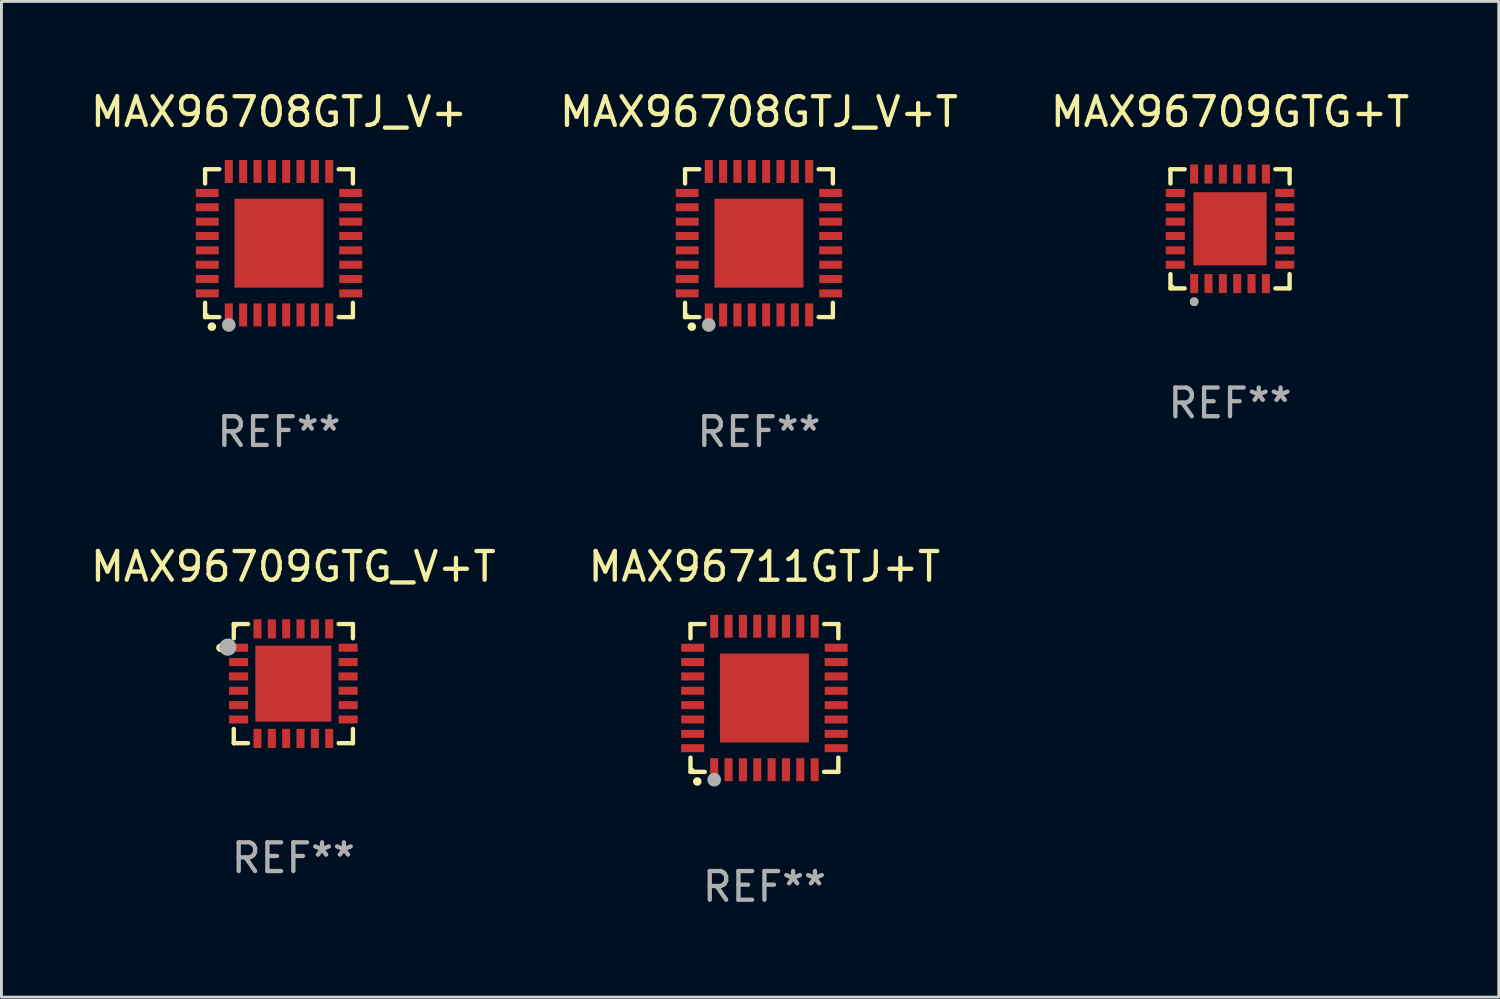
<source format=kicad_pcb>
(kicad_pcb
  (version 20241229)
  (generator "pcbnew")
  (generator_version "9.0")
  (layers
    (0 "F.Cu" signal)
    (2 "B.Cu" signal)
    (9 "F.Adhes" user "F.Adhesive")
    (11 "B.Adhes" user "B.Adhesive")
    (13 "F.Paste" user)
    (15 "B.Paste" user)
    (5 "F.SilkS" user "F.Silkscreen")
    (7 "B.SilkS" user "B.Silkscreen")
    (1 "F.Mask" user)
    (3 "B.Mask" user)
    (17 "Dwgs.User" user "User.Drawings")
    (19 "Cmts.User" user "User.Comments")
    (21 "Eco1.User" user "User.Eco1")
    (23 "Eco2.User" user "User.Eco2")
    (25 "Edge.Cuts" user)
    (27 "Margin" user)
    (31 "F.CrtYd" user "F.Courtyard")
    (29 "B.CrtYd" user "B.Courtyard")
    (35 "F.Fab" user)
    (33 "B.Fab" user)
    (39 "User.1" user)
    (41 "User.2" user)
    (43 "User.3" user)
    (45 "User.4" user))
  (footprint "MAX96708GTJ_V+"
    (layer "F.Cu")
    (at 6.673 5.424)
    (property "Reference" "MAX96708GTJ_V+" (at 0 -4.576 0) (layer "F.SilkS") (effects (font (size 1 1) (thickness 0.15))))
    (attr through_hole)
    (fp_line (start -2.576 -2.576) (end -2.08 -2.576) (stroke (width 0.152) (type solid)) (layer "F.SilkS"))
    (fp_line (start -2.576 -2.08) (end -2.576 -2.576) (stroke (width 0.152) (type solid)) (layer "F.SilkS"))
    (fp_line (start -2.576 2.08) (end -2.576 2.576) (stroke (width 0.152) (type solid)) (layer "F.SilkS"))
    (fp_line (start -2.576 2.576) (end -2.08 2.576) (stroke (width 0.152) (type solid)) (layer "F.SilkS"))
    (fp_line (start 2.576 -2.576) (end 2.08 -2.576) (stroke (width 0.152) (type solid)) (layer "F.SilkS"))
    (fp_line (start 2.576 -2.08) (end 2.576 -2.576) (stroke (width 0.152) (type solid)) (layer "F.SilkS"))
    (fp_line (start 2.576 2.08) (end 2.576 2.576) (stroke (width 0.152) (type solid)) (layer "F.SilkS"))
    (fp_line (start 2.576 2.576) (end 2.08 2.576) (stroke (width 0.152) (type solid)) (layer "F.SilkS"))
    (fp_circle (center -2.5 2.5) (end -2.47 2.5) (stroke (width 0.06) (type solid)) (fill no) (layer "F.SilkS"))
    (fp_circle (center -2.34 2.91) (end -2.265 2.91) (stroke (width 0.15) (type solid)) (fill no) (layer "F.SilkS"))
    (fp_circle (center -1.75 2.85) (end -1.63 2.85) (stroke (width 0.24) (type solid)) (fill no) (layer "F.Fab"))
    (fp_text user "REF**" (at 0 6.576 0) (layer "F.Fab") (effects (font (size 1 1) (thickness 0.15))))
    (pad "1" smd rect (at -1.75 2.5) (size 0.28 0.8) (layers "F.Cu" "F.Mask" "F.Paste"))
    (pad "2" smd rect (at -1.25 2.5) (size 0.28 0.8) (layers "F.Cu" "F.Mask" "F.Paste"))
    (pad "3" smd rect (at -0.75 2.5) (size 0.28 0.8) (layers "F.Cu" "F.Mask" "F.Paste"))
    (pad "4" smd rect (at -0.25 2.5) (size 0.28 0.8) (layers "F.Cu" "F.Mask" "F.Paste"))
    (pad "5" smd rect (at 0.25 2.5) (size 0.28 0.8) (layers "F.Cu" "F.Mask" "F.Paste"))
    (pad "6" smd rect (at 0.75 2.5) (size 0.28 0.8) (layers "F.Cu" "F.Mask" "F.Paste"))
    (pad "7" smd rect (at 1.25 2.5) (size 0.28 0.8) (layers "F.Cu" "F.Mask" "F.Paste"))
    (pad "8" smd rect (at 1.75 2.5) (size 0.28 0.8) (layers "F.Cu" "F.Mask" "F.Paste"))
    (pad "9" smd rect (at 2.5 1.75) (size 0.8 0.28) (layers "F.Cu" "F.Mask" "F.Paste"))
    (pad "10" smd rect (at 2.5 1.25) (size 0.8 0.28) (layers "F.Cu" "F.Mask" "F.Paste"))
    (pad "11" smd rect (at 2.5 0.75) (size 0.8 0.28) (layers "F.Cu" "F.Mask" "F.Paste"))
    (pad "12" smd rect (at 2.5 0.25) (size 0.8 0.28) (layers "F.Cu" "F.Mask" "F.Paste"))
    (pad "13" smd rect (at 2.5 -0.25) (size 0.8 0.28) (layers "F.Cu" "F.Mask" "F.Paste"))
    (pad "14" smd rect (at 2.5 -0.75) (size 0.8 0.28) (layers "F.Cu" "F.Mask" "F.Paste"))
    (pad "15" smd rect (at 2.5 -1.25) (size 0.8 0.28) (layers "F.Cu" "F.Mask" "F.Paste"))
    (pad "16" smd rect (at 2.5 -1.75) (size 0.8 0.28) (layers "F.Cu" "F.Mask" "F.Paste"))
    (pad "17" smd rect (at 1.75 -2.5) (size 0.28 0.8) (layers "F.Cu" "F.Mask" "F.Paste"))
    (pad "18" smd rect (at 1.25 -2.5) (size 0.28 0.8) (layers "F.Cu" "F.Mask" "F.Paste"))
    (pad "19" smd rect (at 0.75 -2.5) (size 0.28 0.8) (layers "F.Cu" "F.Mask" "F.Paste"))
    (pad "20" smd rect (at 0.25 -2.5) (size 0.28 0.8) (layers "F.Cu" "F.Mask" "F.Paste"))
    (pad "21" smd rect (at -0.25 -2.5) (size 0.28 0.8) (layers "F.Cu" "F.Mask" "F.Paste"))
    (pad "22" smd rect (at -0.75 -2.5) (size 0.28 0.8) (layers "F.Cu" "F.Mask" "F.Paste"))
    (pad "23" smd rect (at -1.25 -2.5) (size 0.28 0.8) (layers "F.Cu" "F.Mask" "F.Paste"))
    (pad "24" smd rect (at -1.75 -2.5) (size 0.28 0.8) (layers "F.Cu" "F.Mask" "F.Paste"))
    (pad "25" smd rect (at -2.5 -1.75) (size 0.8 0.28) (layers "F.Cu" "F.Mask" "F.Paste"))
    (pad "26" smd rect (at -2.5 -1.25) (size 0.8 0.28) (layers "F.Cu" "F.Mask" "F.Paste"))
    (pad "27" smd rect (at -2.5 -0.75) (size 0.8 0.28) (layers "F.Cu" "F.Mask" "F.Paste"))
    (pad "28" smd rect (at -2.5 -0.25) (size 0.8 0.28) (layers "F.Cu" "F.Mask" "F.Paste"))
    (pad "29" smd rect (at -2.5 0.25) (size 0.8 0.28) (layers "F.Cu" "F.Mask" "F.Paste"))
    (pad "30" smd rect (at -2.5 0.75) (size 0.8 0.28) (layers "F.Cu" "F.Mask" "F.Paste"))
    (pad "31" smd rect (at -2.5 1.25) (size 0.8 0.28) (layers "F.Cu" "F.Mask" "F.Paste"))
    (pad "32" smd rect (at -2.5 1.75) (size 0.8 0.28) (layers "F.Cu" "F.Mask" "F.Paste"))
    (pad "33" smd rect (at 0 0) (size 3.1 3.1) (layers "F.Cu" "F.Mask" "F.Paste")))
  (footprint "MAX96711GTJ+T"
    (layer "F.Cu")
    (at 23.589 21.273)
    (property "Reference" "MAX96711GTJ+T" (at 0 -4.576 0) (layer "F.SilkS") (effects (font (size 1 1) (thickness 0.15))))
    (attr through_hole)
    (fp_line (start -2.576 -2.576) (end -2.08 -2.576) (stroke (width 0.152) (type solid)) (layer "F.SilkS"))
    (fp_line (start -2.576 -2.08) (end -2.576 -2.576) (stroke (width 0.152) (type solid)) (layer "F.SilkS"))
    (fp_line (start -2.576 2.08) (end -2.576 2.576) (stroke (width 0.152) (type solid)) (layer "F.SilkS"))
    (fp_line (start -2.576 2.576) (end -2.08 2.576) (stroke (width 0.152) (type solid)) (layer "F.SilkS"))
    (fp_line (start 2.576 -2.576) (end 2.08 -2.576) (stroke (width 0.152) (type solid)) (layer "F.SilkS"))
    (fp_line (start 2.576 -2.08) (end 2.576 -2.576) (stroke (width 0.152) (type solid)) (layer "F.SilkS"))
    (fp_line (start 2.576 2.08) (end 2.576 2.576) (stroke (width 0.152) (type solid)) (layer "F.SilkS"))
    (fp_line (start 2.576 2.576) (end 2.08 2.576) (stroke (width 0.152) (type solid)) (layer "F.SilkS"))
    (fp_circle (center -2.5 2.5) (end -2.47 2.5) (stroke (width 0.06) (type solid)) (fill no) (layer "F.SilkS"))
    (fp_circle (center -2.34 2.91) (end -2.265 2.91) (stroke (width 0.15) (type solid)) (fill no) (layer "F.SilkS"))
    (fp_circle (center -1.75 2.85) (end -1.63 2.85) (stroke (width 0.24) (type solid)) (fill no) (layer "F.Fab"))
    (fp_text user "REF**" (at 0 6.576 0) (layer "F.Fab") (effects (font (size 1 1) (thickness 0.15))))
    (pad "1" smd rect (at -1.75 2.5) (size 0.28 0.8) (layers "F.Cu" "F.Mask" "F.Paste"))
    (pad "2" smd rect (at -1.25 2.5) (size 0.28 0.8) (layers "F.Cu" "F.Mask" "F.Paste"))
    (pad "3" smd rect (at -0.75 2.5) (size 0.28 0.8) (layers "F.Cu" "F.Mask" "F.Paste"))
    (pad "4" smd rect (at -0.25 2.5) (size 0.28 0.8) (layers "F.Cu" "F.Mask" "F.Paste"))
    (pad "5" smd rect (at 0.25 2.5) (size 0.28 0.8) (layers "F.Cu" "F.Mask" "F.Paste"))
    (pad "6" smd rect (at 0.75 2.5) (size 0.28 0.8) (layers "F.Cu" "F.Mask" "F.Paste"))
    (pad "7" smd rect (at 1.25 2.5) (size 0.28 0.8) (layers "F.Cu" "F.Mask" "F.Paste"))
    (pad "8" smd rect (at 1.75 2.5) (size 0.28 0.8) (layers "F.Cu" "F.Mask" "F.Paste"))
    (pad "9" smd rect (at 2.5 1.75) (size 0.8 0.28) (layers "F.Cu" "F.Mask" "F.Paste"))
    (pad "10" smd rect (at 2.5 1.25) (size 0.8 0.28) (layers "F.Cu" "F.Mask" "F.Paste"))
    (pad "11" smd rect (at 2.5 0.75) (size 0.8 0.28) (layers "F.Cu" "F.Mask" "F.Paste"))
    (pad "12" smd rect (at 2.5 0.25) (size 0.8 0.28) (layers "F.Cu" "F.Mask" "F.Paste"))
    (pad "13" smd rect (at 2.5 -0.25) (size 0.8 0.28) (layers "F.Cu" "F.Mask" "F.Paste"))
    (pad "14" smd rect (at 2.5 -0.75) (size 0.8 0.28) (layers "F.Cu" "F.Mask" "F.Paste"))
    (pad "15" smd rect (at 2.5 -1.25) (size 0.8 0.28) (layers "F.Cu" "F.Mask" "F.Paste"))
    (pad "16" smd rect (at 2.5 -1.75) (size 0.8 0.28) (layers "F.Cu" "F.Mask" "F.Paste"))
    (pad "17" smd rect (at 1.75 -2.5) (size 0.28 0.8) (layers "F.Cu" "F.Mask" "F.Paste"))
    (pad "18" smd rect (at 1.25 -2.5) (size 0.28 0.8) (layers "F.Cu" "F.Mask" "F.Paste"))
    (pad "19" smd rect (at 0.75 -2.5) (size 0.28 0.8) (layers "F.Cu" "F.Mask" "F.Paste"))
    (pad "20" smd rect (at 0.25 -2.5) (size 0.28 0.8) (layers "F.Cu" "F.Mask" "F.Paste"))
    (pad "21" smd rect (at -0.25 -2.5) (size 0.28 0.8) (layers "F.Cu" "F.Mask" "F.Paste"))
    (pad "22" smd rect (at -0.75 -2.5) (size 0.28 0.8) (layers "F.Cu" "F.Mask" "F.Paste"))
    (pad "23" smd rect (at -1.25 -2.5) (size 0.28 0.8) (layers "F.Cu" "F.Mask" "F.Paste"))
    (pad "24" smd rect (at -1.75 -2.5) (size 0.28 0.8) (layers "F.Cu" "F.Mask" "F.Paste"))
    (pad "25" smd rect (at -2.5 -1.75) (size 0.8 0.28) (layers "F.Cu" "F.Mask" "F.Paste"))
    (pad "26" smd rect (at -2.5 -1.25) (size 0.8 0.28) (layers "F.Cu" "F.Mask" "F.Paste"))
    (pad "27" smd rect (at -2.5 -0.75) (size 0.8 0.28) (layers "F.Cu" "F.Mask" "F.Paste"))
    (pad "28" smd rect (at -2.5 -0.25) (size 0.8 0.28) (layers "F.Cu" "F.Mask" "F.Paste"))
    (pad "29" smd rect (at -2.5 0.25) (size 0.8 0.28) (layers "F.Cu" "F.Mask" "F.Paste"))
    (pad "30" smd rect (at -2.5 0.75) (size 0.8 0.28) (layers "F.Cu" "F.Mask" "F.Paste"))
    (pad "31" smd rect (at -2.5 1.25) (size 0.8 0.28) (layers "F.Cu" "F.Mask" "F.Paste"))
    (pad "32" smd rect (at -2.5 1.75) (size 0.8 0.28) (layers "F.Cu" "F.Mask" "F.Paste"))
    (pad "33" smd rect (at 0 0) (size 3.1 3.1) (layers "F.Cu" "F.Mask" "F.Paste")))
  (footprint "MAX96708GTJ_V+T"
    (layer "F.Cu")
    (at 23.399 5.424)
    (property "Reference" "MAX96708GTJ_V+T" (at 0 -4.576 0) (layer "F.SilkS") (effects (font (size 1 1) (thickness 0.15))))
    (attr through_hole)
    (fp_line (start -2.576 -2.576) (end -2.08 -2.576) (stroke (width 0.152) (type solid)) (layer "F.SilkS"))
    (fp_line (start -2.576 -2.08) (end -2.576 -2.576) (stroke (width 0.152) (type solid)) (layer "F.SilkS"))
    (fp_line (start -2.576 2.08) (end -2.576 2.576) (stroke (width 0.152) (type solid)) (layer "F.SilkS"))
    (fp_line (start -2.576 2.576) (end -2.08 2.576) (stroke (width 0.152) (type solid)) (layer "F.SilkS"))
    (fp_line (start 2.576 -2.576) (end 2.08 -2.576) (stroke (width 0.152) (type solid)) (layer "F.SilkS"))
    (fp_line (start 2.576 -2.08) (end 2.576 -2.576) (stroke (width 0.152) (type solid)) (layer "F.SilkS"))
    (fp_line (start 2.576 2.08) (end 2.576 2.576) (stroke (width 0.152) (type solid)) (layer "F.SilkS"))
    (fp_line (start 2.576 2.576) (end 2.08 2.576) (stroke (width 0.152) (type solid)) (layer "F.SilkS"))
    (fp_circle (center -2.5 2.5) (end -2.47 2.5) (stroke (width 0.06) (type solid)) (fill no) (layer "F.SilkS"))
    (fp_circle (center -2.34 2.91) (end -2.265 2.91) (stroke (width 0.15) (type solid)) (fill no) (layer "F.SilkS"))
    (fp_circle (center -1.75 2.85) (end -1.63 2.85) (stroke (width 0.24) (type solid)) (fill no) (layer "F.Fab"))
    (fp_text user "REF**" (at 0 6.576 0) (layer "F.Fab") (effects (font (size 1 1) (thickness 0.15))))
    (pad "1" smd rect (at -1.75 2.5) (size 0.28 0.8) (layers "F.Cu" "F.Mask" "F.Paste"))
    (pad "2" smd rect (at -1.25 2.5) (size 0.28 0.8) (layers "F.Cu" "F.Mask" "F.Paste"))
    (pad "3" smd rect (at -0.75 2.5) (size 0.28 0.8) (layers "F.Cu" "F.Mask" "F.Paste"))
    (pad "4" smd rect (at -0.25 2.5) (size 0.28 0.8) (layers "F.Cu" "F.Mask" "F.Paste"))
    (pad "5" smd rect (at 0.25 2.5) (size 0.28 0.8) (layers "F.Cu" "F.Mask" "F.Paste"))
    (pad "6" smd rect (at 0.75 2.5) (size 0.28 0.8) (layers "F.Cu" "F.Mask" "F.Paste"))
    (pad "7" smd rect (at 1.25 2.5) (size 0.28 0.8) (layers "F.Cu" "F.Mask" "F.Paste"))
    (pad "8" smd rect (at 1.75 2.5) (size 0.28 0.8) (layers "F.Cu" "F.Mask" "F.Paste"))
    (pad "9" smd rect (at 2.5 1.75) (size 0.8 0.28) (layers "F.Cu" "F.Mask" "F.Paste"))
    (pad "10" smd rect (at 2.5 1.25) (size 0.8 0.28) (layers "F.Cu" "F.Mask" "F.Paste"))
    (pad "11" smd rect (at 2.5 0.75) (size 0.8 0.28) (layers "F.Cu" "F.Mask" "F.Paste"))
    (pad "12" smd rect (at 2.5 0.25) (size 0.8 0.28) (layers "F.Cu" "F.Mask" "F.Paste"))
    (pad "13" smd rect (at 2.5 -0.25) (size 0.8 0.28) (layers "F.Cu" "F.Mask" "F.Paste"))
    (pad "14" smd rect (at 2.5 -0.75) (size 0.8 0.28) (layers "F.Cu" "F.Mask" "F.Paste"))
    (pad "15" smd rect (at 2.5 -1.25) (size 0.8 0.28) (layers "F.Cu" "F.Mask" "F.Paste"))
    (pad "16" smd rect (at 2.5 -1.75) (size 0.8 0.28) (layers "F.Cu" "F.Mask" "F.Paste"))
    (pad "17" smd rect (at 1.75 -2.5) (size 0.28 0.8) (layers "F.Cu" "F.Mask" "F.Paste"))
    (pad "18" smd rect (at 1.25 -2.5) (size 0.28 0.8) (layers "F.Cu" "F.Mask" "F.Paste"))
    (pad "19" smd rect (at 0.75 -2.5) (size 0.28 0.8) (layers "F.Cu" "F.Mask" "F.Paste"))
    (pad "20" smd rect (at 0.25 -2.5) (size 0.28 0.8) (layers "F.Cu" "F.Mask" "F.Paste"))
    (pad "21" smd rect (at -0.25 -2.5) (size 0.28 0.8) (layers "F.Cu" "F.Mask" "F.Paste"))
    (pad "22" smd rect (at -0.75 -2.5) (size 0.28 0.8) (layers "F.Cu" "F.Mask" "F.Paste"))
    (pad "23" smd rect (at -1.25 -2.5) (size 0.28 0.8) (layers "F.Cu" "F.Mask" "F.Paste"))
    (pad "24" smd rect (at -1.75 -2.5) (size 0.28 0.8) (layers "F.Cu" "F.Mask" "F.Paste"))
    (pad "25" smd rect (at -2.5 -1.75) (size 0.8 0.28) (layers "F.Cu" "F.Mask" "F.Paste"))
    (pad "26" smd rect (at -2.5 -1.25) (size 0.8 0.28) (layers "F.Cu" "F.Mask" "F.Paste"))
    (pad "27" smd rect (at -2.5 -0.75) (size 0.8 0.28) (layers "F.Cu" "F.Mask" "F.Paste"))
    (pad "28" smd rect (at -2.5 -0.25) (size 0.8 0.28) (layers "F.Cu" "F.Mask" "F.Paste"))
    (pad "29" smd rect (at -2.5 0.25) (size 0.8 0.28) (layers "F.Cu" "F.Mask" "F.Paste"))
    (pad "30" smd rect (at -2.5 0.75) (size 0.8 0.28) (layers "F.Cu" "F.Mask" "F.Paste"))
    (pad "31" smd rect (at -2.5 1.25) (size 0.8 0.28) (layers "F.Cu" "F.Mask" "F.Paste"))
    (pad "32" smd rect (at -2.5 1.75) (size 0.8 0.28) (layers "F.Cu" "F.Mask" "F.Paste"))
    (pad "33" smd rect (at 0 0) (size 3.1 3.1) (layers "F.Cu" "F.Mask" "F.Paste")))
  (footprint "MAX96709GTG+T"
    (layer "F.Cu")
    (at 39.815 4.924)
    (property "Reference" "MAX96709GTG+T" (at 0 -4.076 0) (layer "F.SilkS") (effects (font (size 1 1) (thickness 0.15))))
    (attr through_hole)
    (fp_line (start -2.076 -2.076) (end -1.58 -2.076) (stroke (width 0.152) (type solid)) (layer "F.SilkS"))
    (fp_line (start -2.076 -1.58) (end -2.076 -2.076) (stroke (width 0.152) (type solid)) (layer "F.SilkS"))
    (fp_line (start -2.076 1.58) (end -2.076 2.076) (stroke (width 0.152) (type solid)) (layer "F.SilkS"))
    (fp_line (start -2.076 2.076) (end -1.58 2.076) (stroke (width 0.152) (type solid)) (layer "F.SilkS"))
    (fp_line (start 2.076 -2.076) (end 1.58 -2.076) (stroke (width 0.152) (type solid)) (layer "F.SilkS"))
    (fp_line (start 2.076 -1.58) (end 2.076 -2.076) (stroke (width 0.152) (type solid)) (layer "F.SilkS"))
    (fp_line (start 2.076 1.58) (end 2.076 2.076) (stroke (width 0.152) (type solid)) (layer "F.SilkS"))
    (fp_line (start 2.076 2.076) (end 1.58 2.076) (stroke (width 0.152) (type solid)) (layer "F.SilkS"))
    (fp_circle (center -2 2) (end -1.97 2) (stroke (width 0.06) (type solid)) (fill no) (layer "F.SilkS"))
    (fp_circle (center -1.25 2.54) (end -1.175 2.54) (stroke (width 0.15) (type solid)) (fill no) (layer "F.SilkS"))
    (fp_circle (center -1.25 2.54) (end -1.175 2.54) (stroke (width 0.15) (type solid)) (fill no) (layer "F.Fab"))
    (fp_text user "REF**" (at 0 6.076 0) (layer "F.Fab") (effects (font (size 1 1) (thickness 0.15))))
    (pad "1" smd rect (at -1.25 1.908) (size 0.28 0.665) (layers "F.Cu" "F.Mask" "F.Paste"))
    (pad "2" smd rect (at -0.75 1.908) (size 0.28 0.665) (layers "F.Cu" "F.Mask" "F.Paste"))
    (pad "3" smd rect (at -0.25 1.908) (size 0.28 0.665) (layers "F.Cu" "F.Mask" "F.Paste"))
    (pad "4" smd rect (at 0.25 1.908) (size 0.28 0.665) (layers "F.Cu" "F.Mask" "F.Paste"))
    (pad "5" smd rect (at 0.75 1.908) (size 0.28 0.665) (layers "F.Cu" "F.Mask" "F.Paste"))
    (pad "6" smd rect (at 1.25 1.908) (size 0.28 0.665) (layers "F.Cu" "F.Mask" "F.Paste"))
    (pad "7" smd rect (at 1.908 1.25) (size 0.665 0.28) (layers "F.Cu" "F.Mask" "F.Paste"))
    (pad "8" smd rect (at 1.908 0.75) (size 0.665 0.28) (layers "F.Cu" "F.Mask" "F.Paste"))
    (pad "9" smd rect (at 1.908 0.25) (size 0.665 0.28) (layers "F.Cu" "F.Mask" "F.Paste"))
    (pad "10" smd rect (at 1.908 -0.25) (size 0.665 0.28) (layers "F.Cu" "F.Mask" "F.Paste"))
    (pad "11" smd rect (at 1.908 -0.75) (size 0.665 0.28) (layers "F.Cu" "F.Mask" "F.Paste"))
    (pad "12" smd rect (at 1.908 -1.25) (size 0.665 0.28) (layers "F.Cu" "F.Mask" "F.Paste"))
    (pad "13" smd rect (at 1.25 -1.908) (size 0.28 0.665) (layers "F.Cu" "F.Mask" "F.Paste"))
    (pad "14" smd rect (at 0.75 -1.908) (size 0.28 0.665) (layers "F.Cu" "F.Mask" "F.Paste"))
    (pad "15" smd rect (at 0.25 -1.908) (size 0.28 0.665) (layers "F.Cu" "F.Mask" "F.Paste"))
    (pad "16" smd rect (at -0.25 -1.908) (size 0.28 0.665) (layers "F.Cu" "F.Mask" "F.Paste"))
    (pad "17" smd rect (at -0.75 -1.908) (size 0.28 0.665) (layers "F.Cu" "F.Mask" "F.Paste"))
    (pad "18" smd rect (at -1.25 -1.908) (size 0.28 0.665) (layers "F.Cu" "F.Mask" "F.Paste"))
    (pad "19" smd rect (at -1.908 -1.25) (size 0.665 0.28) (layers "F.Cu" "F.Mask" "F.Paste"))
    (pad "20" smd rect (at -1.908 -0.75) (size 0.665 0.28) (layers "F.Cu" "F.Mask" "F.Paste"))
    (pad "21" smd rect (at -1.908 -0.25) (size 0.665 0.28) (layers "F.Cu" "F.Mask" "F.Paste"))
    (pad "22" smd rect (at -1.908 0.25) (size 0.665 0.28) (layers "F.Cu" "F.Mask" "F.Paste"))
    (pad "23" smd rect (at -1.908 0.75) (size 0.665 0.28) (layers "F.Cu" "F.Mask" "F.Paste"))
    (pad "24" smd rect (at -1.908 1.25) (size 0.665 0.28) (layers "F.Cu" "F.Mask" "F.Paste"))
    (pad "25" smd rect (at 0 0) (size 2.55 2.55) (layers "F.Cu" "F.Mask" "F.Paste")))
  (footprint "MAX96709GTG_V+T"
    (layer "F.Cu")
    (at 7.173 20.773)
    (property "Reference" "MAX96709GTG_V+T" (at 0 -4.076 0) (layer "F.SilkS") (effects (font (size 1 1) (thickness 0.15))))
    (attr through_hole)
    (fp_line (start -2.076 -2.076) (end -2.076 -1.58) (stroke (width 0.152) (type solid)) (layer "F.SilkS"))
    (fp_line (start -2.076 2.076) (end -2.076 1.58) (stroke (width 0.152) (type solid)) (layer "F.SilkS"))
    (fp_line (start -1.58 -2.076) (end -2.076 -2.076) (stroke (width 0.152) (type solid)) (layer "F.SilkS"))
    (fp_line (start -1.58 2.076) (end -2.076 2.076) (stroke (width 0.152) (type solid)) (layer "F.SilkS"))
    (fp_line (start 1.58 -2.076) (end 2.076 -2.076) (stroke (width 0.152) (type solid)) (layer "F.SilkS"))
    (fp_line (start 1.58 2.076) (end 2.076 2.076) (stroke (width 0.152) (type solid)) (layer "F.SilkS"))
    (fp_line (start 2.076 -2.076) (end 2.076 -1.58) (stroke (width 0.152) (type solid)) (layer "F.SilkS"))
    (fp_line (start 2.076 2.076) (end 2.076 1.58) (stroke (width 0.152) (type solid)) (layer "F.SilkS"))
    (fp_circle (center -2.54 -1.25) (end -2.465 -1.25) (stroke (width 0.15) (type solid)) (fill no) (layer "F.SilkS"))
    (fp_circle (center -2 -2) (end -1.97 -2) (stroke (width 0.06) (type solid)) (fill no) (layer "F.SilkS"))
    (fp_circle (center -2.286 -1.27) (end -2.136 -1.27) (stroke (width 0.3) (type solid)) (fill no) (layer "F.Fab"))
    (fp_text user "REF**" (at 0 6.076 0) (layer "F.Fab") (effects (font (size 1 1) (thickness 0.15))))
    (pad "1" smd rect (at -1.908 -1.25) (size 0.665 0.28) (layers "F.Cu" "F.Mask" "F.Paste"))
    (pad "2" smd rect (at -1.908 -0.75) (size 0.665 0.28) (layers "F.Cu" "F.Mask" "F.Paste"))
    (pad "3" smd rect (at -1.908 -0.25) (size 0.665 0.28) (layers "F.Cu" "F.Mask" "F.Paste"))
    (pad "4" smd rect (at -1.908 0.25) (size 0.665 0.28) (layers "F.Cu" "F.Mask" "F.Paste"))
    (pad "5" smd rect (at -1.908 0.75) (size 0.665 0.28) (layers "F.Cu" "F.Mask" "F.Paste"))
    (pad "6" smd rect (at -1.908 1.25) (size 0.665 0.28) (layers "F.Cu" "F.Mask" "F.Paste"))
    (pad "7" smd rect (at -1.25 1.908) (size 0.28 0.665) (layers "F.Cu" "F.Mask" "F.Paste"))
    (pad "8" smd rect (at -0.75 1.908) (size 0.28 0.665) (layers "F.Cu" "F.Mask" "F.Paste"))
    (pad "9" smd rect (at -0.25 1.908) (size 0.28 0.665) (layers "F.Cu" "F.Mask" "F.Paste"))
    (pad "10" smd rect (at 0.25 1.908) (size 0.28 0.665) (layers "F.Cu" "F.Mask" "F.Paste"))
    (pad "11" smd rect (at 0.75 1.908) (size 0.28 0.665) (layers "F.Cu" "F.Mask" "F.Paste"))
    (pad "12" smd rect (at 1.25 1.908) (size 0.28 0.665) (layers "F.Cu" "F.Mask" "F.Paste"))
    (pad "13" smd rect (at 1.908 1.25) (size 0.665 0.28) (layers "F.Cu" "F.Mask" "F.Paste"))
    (pad "14" smd rect (at 1.908 0.75) (size 0.665 0.28) (layers "F.Cu" "F.Mask" "F.Paste"))
    (pad "15" smd rect (at 1.908 0.25) (size 0.665 0.28) (layers "F.Cu" "F.Mask" "F.Paste"))
    (pad "16" smd rect (at 1.908 -0.25) (size 0.665 0.28) (layers "F.Cu" "F.Mask" "F.Paste"))
    (pad "17" smd rect (at 1.908 -0.75) (size 0.665 0.28) (layers "F.Cu" "F.Mask" "F.Paste"))
    (pad "18" smd rect (at 1.908 -1.25) (size 0.665 0.28) (layers "F.Cu" "F.Mask" "F.Paste"))
    (pad "19" smd rect (at 1.25 -1.908) (size 0.28 0.665) (layers "F.Cu" "F.Mask" "F.Paste"))
    (pad "20" smd rect (at 0.75 -1.908) (size 0.28 0.665) (layers "F.Cu" "F.Mask" "F.Paste"))
    (pad "21" smd rect (at 0.25 -1.908) (size 0.28 0.665) (layers "F.Cu" "F.Mask" "F.Paste"))
    (pad "22" smd rect (at -0.25 -1.908) (size 0.28 0.665) (layers "F.Cu" "F.Mask" "F.Paste"))
    (pad "23" smd rect (at -0.75 -1.908) (size 0.28 0.665) (layers "F.Cu" "F.Mask" "F.Paste"))
    (pad "24" smd rect (at -1.25 -1.908) (size 0.28 0.665) (layers "F.Cu" "F.Mask" "F.Paste"))
    (pad "25" smd rect (at 0 0) (size 2.65 2.65) (layers "F.Cu" "F.Mask" "F.Paste")))
  (gr_rect
    (start -3 -3)
    (end 49.179 31.698)
    (stroke (width 0.1) (type default))
    (fill no)
    (layer "Edge.Cuts")))
</source>
